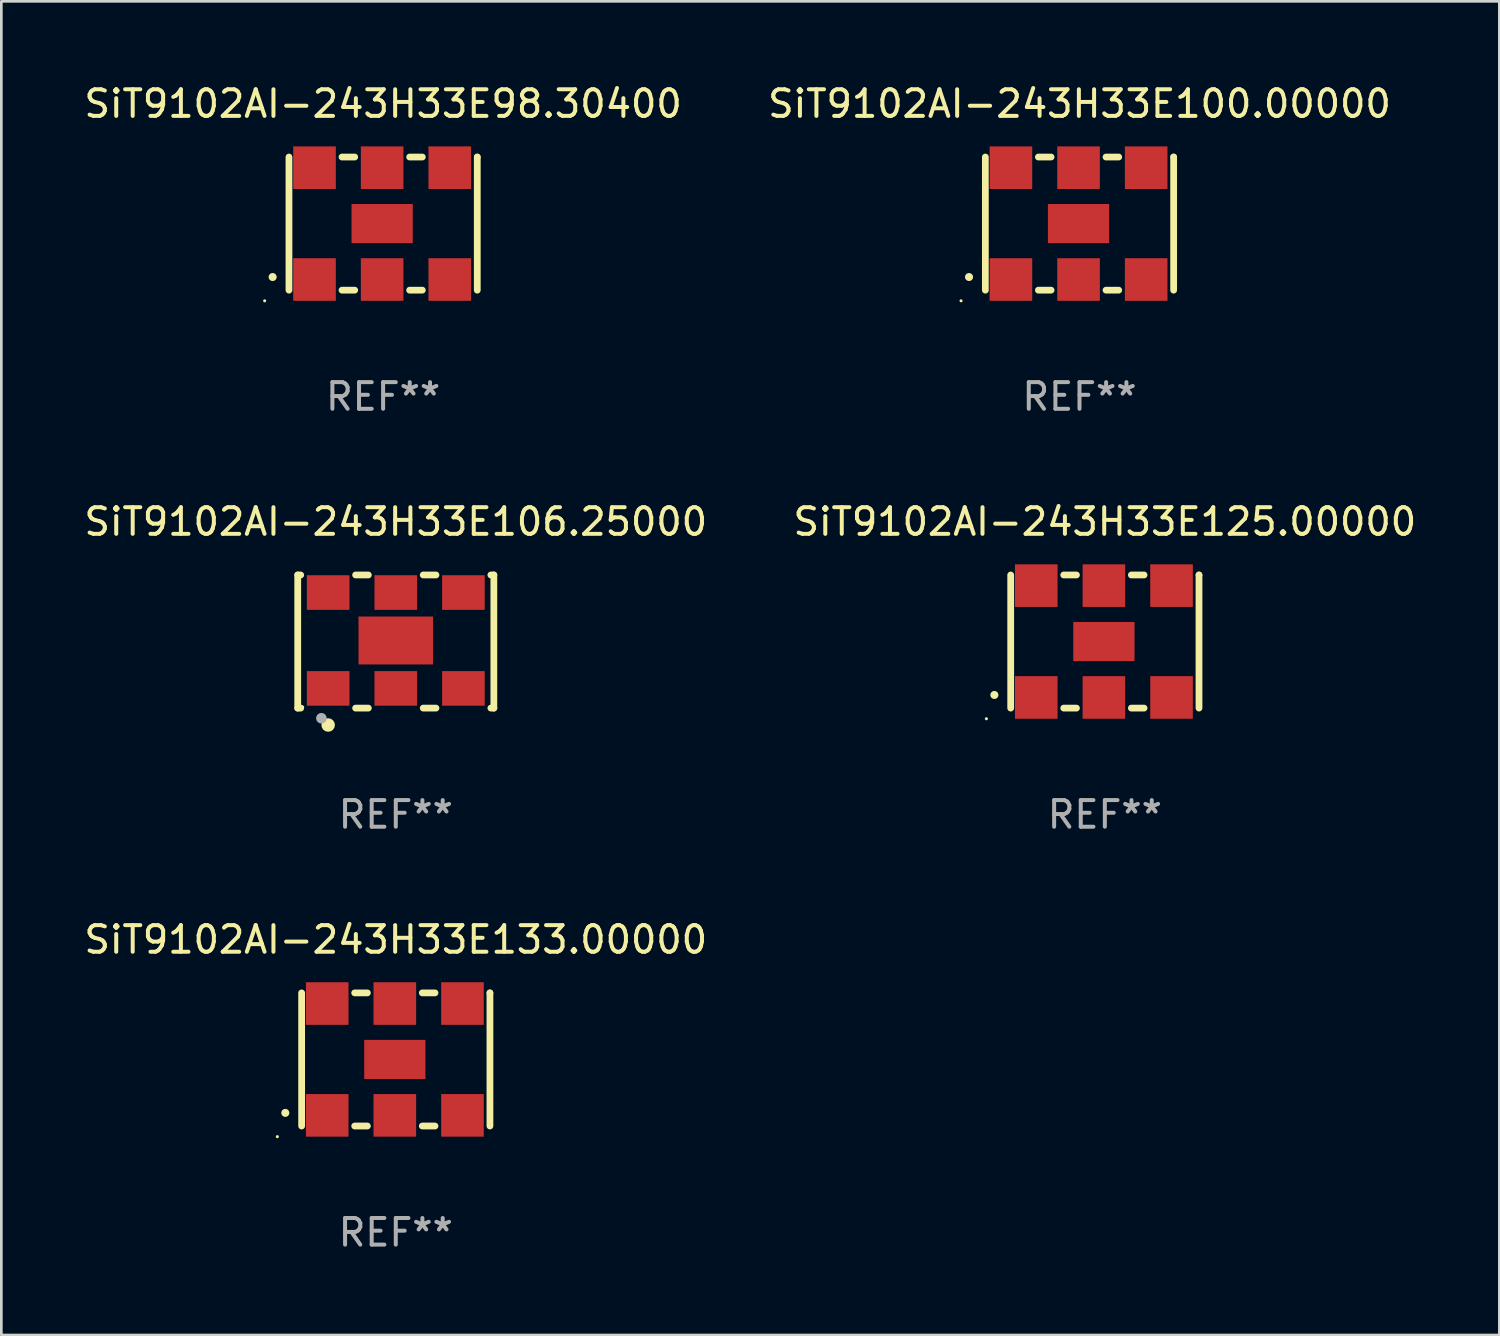
<source format=kicad_pcb>
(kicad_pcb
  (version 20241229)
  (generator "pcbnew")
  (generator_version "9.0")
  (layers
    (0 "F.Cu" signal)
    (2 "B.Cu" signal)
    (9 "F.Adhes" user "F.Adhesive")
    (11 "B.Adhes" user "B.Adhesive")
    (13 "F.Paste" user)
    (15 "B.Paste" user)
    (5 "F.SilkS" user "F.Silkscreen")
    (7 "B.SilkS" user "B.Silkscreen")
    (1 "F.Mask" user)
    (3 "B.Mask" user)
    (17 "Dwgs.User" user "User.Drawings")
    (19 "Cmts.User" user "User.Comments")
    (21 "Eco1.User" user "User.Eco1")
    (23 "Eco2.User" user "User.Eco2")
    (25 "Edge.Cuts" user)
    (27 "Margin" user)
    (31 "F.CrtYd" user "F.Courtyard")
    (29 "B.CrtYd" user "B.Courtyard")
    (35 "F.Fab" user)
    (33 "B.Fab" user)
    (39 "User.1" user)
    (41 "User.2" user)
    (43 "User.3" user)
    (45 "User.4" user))
  (footprint "SiT9102AI-243H33E98.30400"
    (layer "F.Cu")
    (at 11.339 5.348)
    (property "Reference" "SiT9102AI-243H33E98.30400" (at 0 -4.5 0) (layer "F.SilkS") (effects (font (size 1 1) (thickness 0.15))))
    (attr through_hole)
    (fp_line (start -3.536 -2.5) (end -3.536 2.5) (stroke (width 0.254) (type solid)) (layer "F.SilkS"))
    (fp_line (start -1.544 2.5) (end -1.067 2.5) (stroke (width 0.254) (type solid)) (layer "F.SilkS"))
    (fp_line (start -1.067 -2.5) (end -1.544 -2.5) (stroke (width 0.254) (type solid)) (layer "F.SilkS"))
    (fp_line (start 0.996 2.5) (end 1.473 2.5) (stroke (width 0.254) (type solid)) (layer "F.SilkS"))
    (fp_line (start 1.473 -2.5) (end 0.996 -2.5) (stroke (width 0.254) (type solid)) (layer "F.SilkS"))
    (fp_line (start 3.536 -2.5) (end 3.536 -2.5) (stroke (width 0.254) (type solid)) (layer "F.SilkS"))
    (fp_line (start 3.536 2.5) (end 3.536 -2.5) (stroke (width 0.254) (type solid)) (layer "F.SilkS"))
    (fp_arc (start -4.150432 2.006604) (mid -4.149162 2.006599) (end -4.147892 2.006604) (stroke (width 0.3) (type solid)) (layer "F.SilkS"))
    (fp_circle (center -4.449 2.9) (end -4.419 2.9) (stroke (width 0.06) (type solid)) (fill no) (layer "F.SilkS"))
    (fp_text user "REF**" (at 0 6.5 0) (layer "F.Fab") (effects (font (size 1 1) (thickness 0.15))))
    (pad "1" smd rect (at -2.576 2.1) (size 1.6 1.6) (layers "F.Cu" "F.Mask" "F.Paste"))
    (pad "2" smd rect (at -0.036 2.1) (size 1.6 1.6) (layers "F.Cu" "F.Mask" "F.Paste"))
    (pad "3" smd rect (at 2.504 2.1) (size 1.6 1.6) (layers "F.Cu" "F.Mask" "F.Paste"))
    (pad "4" smd rect (at 2.504 -2.1) (size 1.6 1.6) (layers "F.Cu" "F.Mask" "F.Paste"))
    (pad "5" smd rect (at -0.036 -2.1) (size 1.6 1.6) (layers "F.Cu" "F.Mask" "F.Paste"))
    (pad "6" smd rect (at -2.576 -2.1) (size 1.6 1.6) (layers "F.Cu" "F.Mask" "F.Paste"))
    (pad "7" smd rect (at -0.036 0) (size 2.3 1.47) (layers "F.Cu" "F.Mask" "F.Paste")))
  (footprint "SiT9102AI-243H33E125.00000"
    (layer "F.Cu")
    (at 38.446 21.045)
    (property "Reference" "SiT9102AI-243H33E125.00000" (at 0 -4.5 0) (layer "F.SilkS") (effects (font (size 1 1) (thickness 0.15))))
    (attr through_hole)
    (fp_line (start -3.536 -2.5) (end -3.536 2.5) (stroke (width 0.254) (type solid)) (layer "F.SilkS"))
    (fp_line (start -1.544 2.5) (end -1.067 2.5) (stroke (width 0.254) (type solid)) (layer "F.SilkS"))
    (fp_line (start -1.067 -2.5) (end -1.544 -2.5) (stroke (width 0.254) (type solid)) (layer "F.SilkS"))
    (fp_line (start 0.996 2.5) (end 1.473 2.5) (stroke (width 0.254) (type solid)) (layer "F.SilkS"))
    (fp_line (start 1.473 -2.5) (end 0.996 -2.5) (stroke (width 0.254) (type solid)) (layer "F.SilkS"))
    (fp_line (start 3.536 -2.5) (end 3.536 -2.5) (stroke (width 0.254) (type solid)) (layer "F.SilkS"))
    (fp_line (start 3.536 2.5) (end 3.536 -2.5) (stroke (width 0.254) (type solid)) (layer "F.SilkS"))
    (fp_arc (start -4.150432 2.006604) (mid -4.149162 2.006599) (end -4.147892 2.006604) (stroke (width 0.3) (type solid)) (layer "F.SilkS"))
    (fp_circle (center -4.449 2.9) (end -4.419 2.9) (stroke (width 0.06) (type solid)) (fill no) (layer "F.SilkS"))
    (fp_text user "REF**" (at 0 6.5 0) (layer "F.Fab") (effects (font (size 1 1) (thickness 0.15))))
    (pad "1" smd rect (at -2.576 2.1) (size 1.6 1.6) (layers "F.Cu" "F.Mask" "F.Paste"))
    (pad "2" smd rect (at -0.036 2.1) (size 1.6 1.6) (layers "F.Cu" "F.Mask" "F.Paste"))
    (pad "3" smd rect (at 2.504 2.1) (size 1.6 1.6) (layers "F.Cu" "F.Mask" "F.Paste"))
    (pad "4" smd rect (at 2.504 -2.1) (size 1.6 1.6) (layers "F.Cu" "F.Mask" "F.Paste"))
    (pad "5" smd rect (at -0.036 -2.1) (size 1.6 1.6) (layers "F.Cu" "F.Mask" "F.Paste"))
    (pad "6" smd rect (at -2.576 -2.1) (size 1.6 1.6) (layers "F.Cu" "F.Mask" "F.Paste"))
    (pad "7" smd rect (at -0.036 0) (size 2.3 1.47) (layers "F.Cu" "F.Mask" "F.Paste")))
  (footprint "SiT9102AI-243H33E100.00000"
    (layer "F.Cu")
    (at 37.494 5.348)
    (property "Reference" "SiT9102AI-243H33E100.00000" (at 0 -4.5 0) (layer "F.SilkS") (effects (font (size 1 1) (thickness 0.15))))
    (attr through_hole)
    (fp_line (start -3.536 -2.5) (end -3.536 2.5) (stroke (width 0.254) (type solid)) (layer "F.SilkS"))
    (fp_line (start -1.544 2.5) (end -1.067 2.5) (stroke (width 0.254) (type solid)) (layer "F.SilkS"))
    (fp_line (start -1.067 -2.5) (end -1.544 -2.5) (stroke (width 0.254) (type solid)) (layer "F.SilkS"))
    (fp_line (start 0.996 2.5) (end 1.473 2.5) (stroke (width 0.254) (type solid)) (layer "F.SilkS"))
    (fp_line (start 1.473 -2.5) (end 0.996 -2.5) (stroke (width 0.254) (type solid)) (layer "F.SilkS"))
    (fp_line (start 3.536 -2.5) (end 3.536 -2.5) (stroke (width 0.254) (type solid)) (layer "F.SilkS"))
    (fp_line (start 3.536 2.5) (end 3.536 -2.5) (stroke (width 0.254) (type solid)) (layer "F.SilkS"))
    (fp_arc (start -4.150432 2.006604) (mid -4.149162 2.006599) (end -4.147892 2.006604) (stroke (width 0.3) (type solid)) (layer "F.SilkS"))
    (fp_circle (center -4.449 2.9) (end -4.419 2.9) (stroke (width 0.06) (type solid)) (fill no) (layer "F.SilkS"))
    (fp_text user "REF**" (at 0 6.5 0) (layer "F.Fab") (effects (font (size 1 1) (thickness 0.15))))
    (pad "1" smd rect (at -2.576 2.1) (size 1.6 1.6) (layers "F.Cu" "F.Mask" "F.Paste"))
    (pad "2" smd rect (at -0.036 2.1) (size 1.6 1.6) (layers "F.Cu" "F.Mask" "F.Paste"))
    (pad "3" smd rect (at 2.504 2.1) (size 1.6 1.6) (layers "F.Cu" "F.Mask" "F.Paste"))
    (pad "4" smd rect (at 2.504 -2.1) (size 1.6 1.6) (layers "F.Cu" "F.Mask" "F.Paste"))
    (pad "5" smd rect (at -0.036 -2.1) (size 1.6 1.6) (layers "F.Cu" "F.Mask" "F.Paste"))
    (pad "6" smd rect (at -2.576 -2.1) (size 1.6 1.6) (layers "F.Cu" "F.Mask" "F.Paste"))
    (pad "7" smd rect (at -0.036 0) (size 2.3 1.47) (layers "F.Cu" "F.Mask" "F.Paste")))
  (footprint "SiT9102AI-243H33E133.00000"
    (layer "F.Cu")
    (at 11.815 36.741)
    (property "Reference" "SiT9102AI-243H33E133.00000" (at 0 -4.5 0) (layer "F.SilkS") (effects (font (size 1 1) (thickness 0.15))))
    (attr through_hole)
    (fp_line (start -3.536 -2.5) (end -3.536 2.5) (stroke (width 0.254) (type solid)) (layer "F.SilkS"))
    (fp_line (start -1.544 2.5) (end -1.067 2.5) (stroke (width 0.254) (type solid)) (layer "F.SilkS"))
    (fp_line (start -1.067 -2.5) (end -1.544 -2.5) (stroke (width 0.254) (type solid)) (layer "F.SilkS"))
    (fp_line (start 0.996 2.5) (end 1.473 2.5) (stroke (width 0.254) (type solid)) (layer "F.SilkS"))
    (fp_line (start 1.473 -2.5) (end 0.996 -2.5) (stroke (width 0.254) (type solid)) (layer "F.SilkS"))
    (fp_line (start 3.536 -2.5) (end 3.536 -2.5) (stroke (width 0.254) (type solid)) (layer "F.SilkS"))
    (fp_line (start 3.536 2.5) (end 3.536 -2.5) (stroke (width 0.254) (type solid)) (layer "F.SilkS"))
    (fp_arc (start -4.150432 2.006604) (mid -4.149162 2.006599) (end -4.147892 2.006604) (stroke (width 0.3) (type solid)) (layer "F.SilkS"))
    (fp_circle (center -4.449 2.9) (end -4.419 2.9) (stroke (width 0.06) (type solid)) (fill no) (layer "F.SilkS"))
    (fp_text user "REF**" (at 0 6.5 0) (layer "F.Fab") (effects (font (size 1 1) (thickness 0.15))))
    (pad "1" smd rect (at -2.576 2.1) (size 1.6 1.6) (layers "F.Cu" "F.Mask" "F.Paste"))
    (pad "2" smd rect (at -0.036 2.1) (size 1.6 1.6) (layers "F.Cu" "F.Mask" "F.Paste"))
    (pad "3" smd rect (at 2.504 2.1) (size 1.6 1.6) (layers "F.Cu" "F.Mask" "F.Paste"))
    (pad "4" smd rect (at 2.504 -2.1) (size 1.6 1.6) (layers "F.Cu" "F.Mask" "F.Paste"))
    (pad "5" smd rect (at -0.036 -2.1) (size 1.6 1.6) (layers "F.Cu" "F.Mask" "F.Paste"))
    (pad "6" smd rect (at -2.576 -2.1) (size 1.6 1.6) (layers "F.Cu" "F.Mask" "F.Paste"))
    (pad "7" smd rect (at -0.036 0) (size 2.3 1.47) (layers "F.Cu" "F.Mask" "F.Paste")))
  (footprint "SiT9102AI-243H33E106.25000"
    (layer "F.Cu")
    (at 11.815 21.045)
    (property "Reference" "SiT9102AI-243H33E106.25000" (at 0 -4.5 0) (layer "F.SilkS") (effects (font (size 1 1) (thickness 0.15))))
    (attr through_hole)
    (fp_line (start -3.683 -2.5) (end -3.571 -2.5) (stroke (width 0.254) (type solid)) (layer "F.SilkS"))
    (fp_line (start -3.683 2.5) (end -3.683 -2.5) (stroke (width 0.254) (type solid)) (layer "F.SilkS"))
    (fp_line (start -3.683 2.5) (end -3.571 2.5) (stroke (width 0.254) (type solid)) (layer "F.SilkS"))
    (fp_line (start -1.509 -2.5) (end -1.031 -2.5) (stroke (width 0.254) (type solid)) (layer "F.SilkS"))
    (fp_line (start -1.509 2.5) (end -1.031 2.5) (stroke (width 0.254) (type solid)) (layer "F.SilkS"))
    (fp_line (start 1.031 -2.5) (end 1.509 -2.5) (stroke (width 0.254) (type solid)) (layer "F.SilkS"))
    (fp_line (start 1.031 2.5) (end 1.509 2.5) (stroke (width 0.254) (type solid)) (layer "F.SilkS"))
    (fp_line (start 3.571 -2.5) (end 3.683 -2.5) (stroke (width 0.254) (type solid)) (layer "F.SilkS"))
    (fp_line (start 3.571 2.5) (end 3.683 2.5) (stroke (width 0.254) (type solid)) (layer "F.SilkS"))
    (fp_line (start 3.683 2.5) (end 3.683 -2.5) (stroke (width 0.254) (type solid)) (layer "F.SilkS"))
    (fp_circle (center -3.5 2.46) (end -3.47 2.46) (stroke (width 0.06) (type solid)) (fill no) (layer "F.SilkS"))
    (fp_circle (center -2.54 3.135) (end -2.413 3.135) (stroke (width 0.254) (type solid)) (fill no) (layer "F.SilkS"))
    (fp_circle (center -2.794 2.881) (end -2.694 2.881) (stroke (width 0.2) (type solid)) (fill no) (layer "F.Fab"))
    (fp_text user "REF**" (at 0 6.5 0) (layer "F.Fab") (effects (font (size 1 1) (thickness 0.15))))
    (pad "1" smd rect (at -2.54 1.76) (size 1.6 1.3) (layers "F.Cu" "F.Mask" "F.Paste"))
    (pad "2" smd rect (at 0 1.76) (size 1.6 1.3) (layers "F.Cu" "F.Mask" "F.Paste"))
    (pad "3" smd rect (at 2.54 1.76) (size 1.6 1.3) (layers "F.Cu" "F.Mask" "F.Paste"))
    (pad "4" smd rect (at 2.54 -1.84) (size 1.6 1.3) (layers "F.Cu" "F.Mask" "F.Paste"))
    (pad "5" smd rect (at 0 -1.84) (size 1.6 1.3) (layers "F.Cu" "F.Mask" "F.Paste"))
    (pad "6" smd rect (at -2.54 -1.84) (size 1.6 1.3) (layers "F.Cu" "F.Mask" "F.Paste"))
    (pad "7" smd rect (at 0 -0.04) (size 2.8 1.8) (layers "F.Cu" "F.Mask" "F.Paste")))
  (gr_rect
    (start -3 -3)
    (end 53.262 47.09)
    (stroke (width 0.1) (type default))
    (fill no)
    (layer "Edge.Cuts")))
</source>
